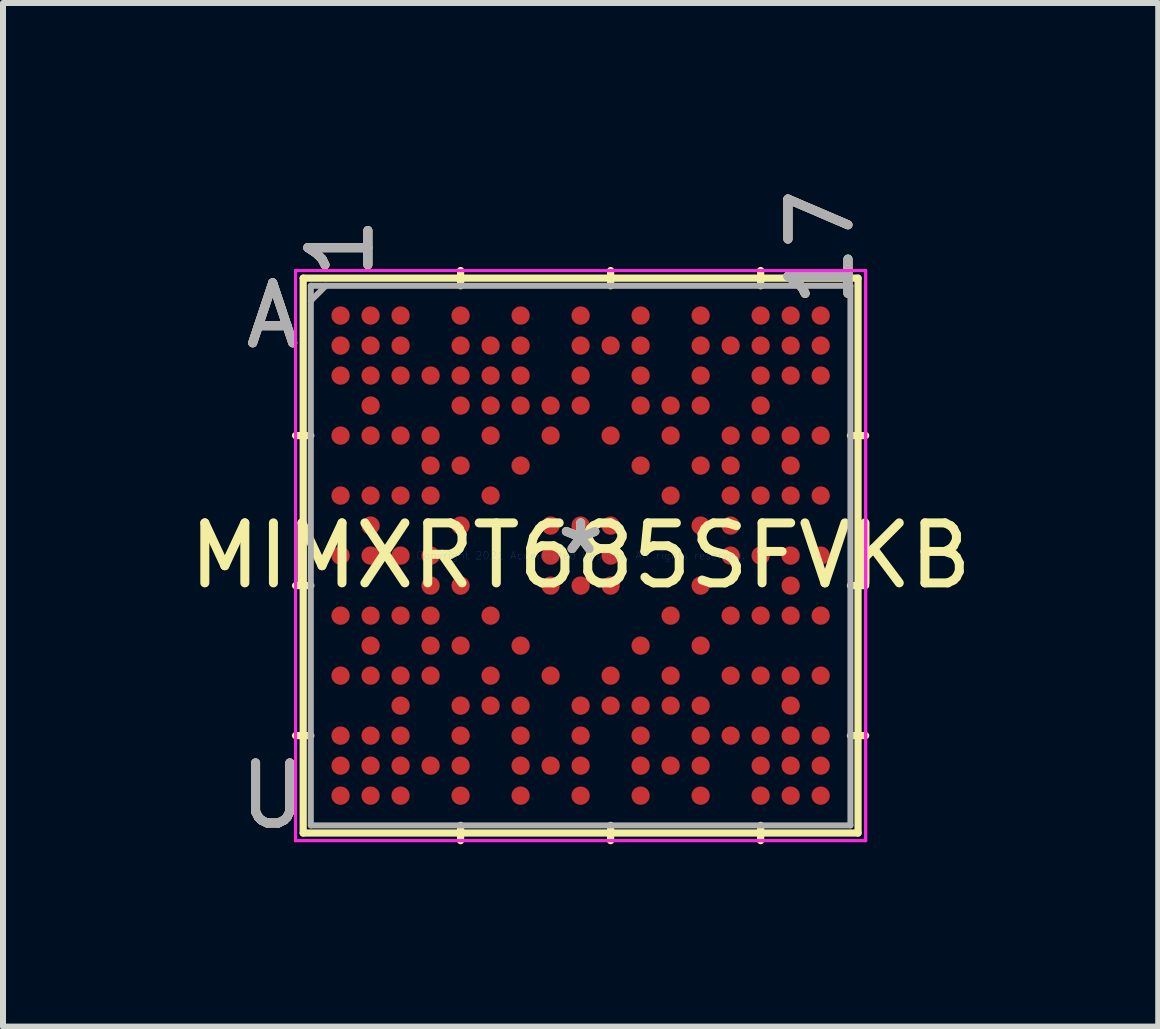
<source format=kicad_pcb>
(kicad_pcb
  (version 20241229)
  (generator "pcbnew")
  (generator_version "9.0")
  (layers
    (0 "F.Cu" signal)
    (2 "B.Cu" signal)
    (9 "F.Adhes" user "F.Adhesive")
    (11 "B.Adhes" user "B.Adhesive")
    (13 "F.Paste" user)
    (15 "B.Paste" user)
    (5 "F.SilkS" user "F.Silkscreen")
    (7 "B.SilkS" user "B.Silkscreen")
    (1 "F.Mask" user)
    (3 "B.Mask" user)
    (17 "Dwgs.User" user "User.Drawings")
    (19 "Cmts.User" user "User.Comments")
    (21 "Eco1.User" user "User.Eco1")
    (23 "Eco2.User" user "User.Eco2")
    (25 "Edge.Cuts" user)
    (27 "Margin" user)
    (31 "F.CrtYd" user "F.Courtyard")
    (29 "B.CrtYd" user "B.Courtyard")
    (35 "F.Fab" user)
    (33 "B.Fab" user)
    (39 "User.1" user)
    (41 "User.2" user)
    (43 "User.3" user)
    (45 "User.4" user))
  (footprint "MIMXRT685SFVKB"
    (layer "F.Cu")
    (at 6.625 6.208)
    (property "Reference" "MIMXRT685SFVKB" (at 0 0 0) (layer "F.SilkS") (effects (font (size 1 1) (thickness 0.15))))
    (attr smd)
    (fp_line (start -4.623 -4.623) (end -4.623 4.623) (stroke (width 0.12) (type solid)) (layer "F.SilkS"))
    (fp_line (start -4.623 4.623) (end 4.623 4.623) (stroke (width 0.12) (type solid)) (layer "F.SilkS"))
    (fp_line (start -4.496 -2) (end -4.75 -2) (stroke (width 0.12) (type solid)) (layer "F.SilkS"))
    (fp_line (start -4.496 0.5) (end -4.75 0.5) (stroke (width 0.12) (type solid)) (layer "F.SilkS"))
    (fp_line (start -4.496 3) (end -4.75 3) (stroke (width 0.12) (type solid)) (layer "F.SilkS"))
    (fp_line (start -2 -4.496) (end -2 -4.75) (stroke (width 0.12) (type solid)) (layer "F.SilkS"))
    (fp_line (start -2 4.496) (end -2 4.75) (stroke (width 0.12) (type solid)) (layer "F.SilkS"))
    (fp_line (start 0.5 -4.496) (end 0.5 -4.75) (stroke (width 0.12) (type solid)) (layer "F.SilkS"))
    (fp_line (start 0.5 4.496) (end 0.5 4.75) (stroke (width 0.12) (type solid)) (layer "F.SilkS"))
    (fp_line (start 3 -4.496) (end 3 -4.75) (stroke (width 0.12) (type solid)) (layer "F.SilkS"))
    (fp_line (start 3 4.496) (end 3 4.75) (stroke (width 0.12) (type solid)) (layer "F.SilkS"))
    (fp_line (start 4.496 -2) (end 4.75 -2) (stroke (width 0.12) (type solid)) (layer "F.SilkS"))
    (fp_line (start 4.496 0.5) (end 4.75 0.5) (stroke (width 0.12) (type solid)) (layer "F.SilkS"))
    (fp_line (start 4.496 3) (end 4.75 3) (stroke (width 0.12) (type solid)) (layer "F.SilkS"))
    (fp_line (start 4.623 -4.623) (end -4.623 -4.623) (stroke (width 0.12) (type solid)) (layer "F.SilkS"))
    (fp_line (start 4.623 4.623) (end 4.623 -4.623) (stroke (width 0.12) (type solid)) (layer "F.SilkS"))
    (fp_line (start -4.75 -4.75) (end 4.75 -4.75) (stroke (width 0.05) (type solid)) (layer "F.CrtYd"))
    (fp_line (start -4.75 -4.75) (end 4.75 -4.75) (stroke (width 0.05) (type solid)) (layer "F.CrtYd"))
    (fp_line (start -4.75 4.75) (end -4.75 -4.75) (stroke (width 0.05) (type solid)) (layer "F.CrtYd"))
    (fp_line (start -4.75 4.75) (end -4.75 -4.75) (stroke (width 0.05) (type solid)) (layer "F.CrtYd"))
    (fp_line (start 4.75 -4.75) (end 4.75 4.75) (stroke (width 0.05) (type solid)) (layer "F.CrtYd"))
    (fp_line (start 4.75 -4.75) (end 4.75 4.75) (stroke (width 0.05) (type solid)) (layer "F.CrtYd"))
    (fp_line (start 4.75 4.75) (end -4.75 4.75) (stroke (width 0.05) (type solid)) (layer "F.CrtYd"))
    (fp_line (start 4.75 4.75) (end -4.75 4.75) (stroke (width 0.05) (type solid)) (layer "F.CrtYd"))
    (fp_line (start -4.496 -4.496) (end -4.496 4.496) (stroke (width 0.1) (type solid)) (layer "F.Fab"))
    (fp_line (start -4.496 4.496) (end 4.496 4.496) (stroke (width 0.1) (type solid)) (layer "F.Fab"))
    (fp_line (start -4.246 -4.496) (end -4.496 -4.246) (stroke (width 0.1) (type solid)) (layer "F.Fab"))
    (fp_line (start 4.496 -4.496) (end -4.496 -4.496) (stroke (width 0.1) (type solid)) (layer "F.Fab"))
    (fp_line (start 4.496 4.496) (end 4.496 -4.496) (stroke (width 0.1) (type solid)) (layer "F.Fab"))
    (fp_text user "*" (at 0 0 0) (layer "F.SilkS") (effects (font (size 1 1) (thickness 0.15))))
    (fp_text user "1" (at -4 -5.131 90) (layer "F.SilkS") (effects (font (size 1 1) (thickness 0.15))))
    (fp_text user "A" (at -5.131 -4 0) (layer "F.SilkS") (effects (font (size 1 1) (thickness 0.15))))
    (fp_text user "17" (at 4 -5.131 90) (layer "F.SilkS") (effects (font (size 1 1) (thickness 0.15))))
    (fp_text user "U" (at -5.131 4 0) (layer "F.SilkS") (effects (font (size 1 1) (thickness 0.15))))
    (fp_text user "17" (at 4 -5.131 90) (layer "B.SilkS") (effects (font (size 1 1) (thickness 0.15))))
    (fp_text user "A" (at -5.131 -4 0) (layer "B.SilkS") (effects (font (size 1 1) (thickness 0.15))))
    (fp_text user "U" (at -5.131 4 0) (layer "B.SilkS") (effects (font (size 1 1) (thickness 0.15))))
    (fp_text user "1" (at -4 -5.131 90) (layer "B.SilkS") (effects (font (size 1 1) (thickness 0.15))))
    (fp_text user "Copyright 2021 Accelerated Designs. All rights reserved." (at 0 0 0) (layer "Cmts.User") (effects (font (size 0.127 0.127) (thickness 0.002))))
    (fp_text user "A" (at -5.131 -4 0) (layer "F.Fab") (effects (font (size 1 1) (thickness 0.15))))
    (fp_text user "*" (at 0 0 0) (layer "F.Fab") (effects (font (size 1 1) (thickness 0.15))))
    (fp_text user "1" (at -4 -5.131 90) (layer "F.Fab") (effects (font (size 1 1) (thickness 0.15))))
    (fp_text user "17" (at 4 -5.131 90) (layer "F.Fab") (effects (font (size 1 1) (thickness 0.15))))
    (fp_text user "U" (at -5.131 4 0) (layer "F.Fab") (effects (font (size 1 1) (thickness 0.15))))
    (pad "A1" smd circle (at -4 -4) (size 0.305 0.305) (property pad_prop_bga) (layers "F.Cu" "F.Mask" "F.Paste"))
    (pad "A2" smd circle (at -3.5 -4) (size 0.305 0.305) (layers "F.Cu" "F.Mask" "F.Paste"))
    (pad "A3" smd circle (at -3 -4) (size 0.305 0.305) (layers "F.Cu" "F.Mask" "F.Paste"))
    (pad "A5" smd circle (at -2 -4) (size 0.305 0.305) (layers "F.Cu" "F.Mask" "F.Paste"))
    (pad "A7" smd circle (at -1 -4) (size 0.305 0.305) (layers "F.Cu" "F.Mask" "F.Paste"))
    (pad "A9" smd circle (at 0 -4) (size 0.305 0.305) (property pad_prop_bga) (layers "F.Cu" "F.Mask" "F.Paste"))
    (pad "A11" smd circle (at 1 -4) (size 0.305 0.305) (layers "F.Cu" "F.Mask" "F.Paste"))
    (pad "A13" smd circle (at 2 -4) (size 0.305 0.305) (layers "F.Cu" "F.Mask" "F.Paste"))
    (pad "A15" smd circle (at 3 -4) (size 0.305 0.305) (property pad_prop_bga) (layers "F.Cu" "F.Mask" "F.Paste"))
    (pad "A16" smd circle (at 3.5 -4) (size 0.305 0.305) (layers "F.Cu" "F.Mask" "F.Paste"))
    (pad "A17" smd circle (at 4 -4) (size 0.305 0.305) (layers "F.Cu" "F.Mask" "F.Paste"))
    (pad "B1" smd circle (at -4 -3.5) (size 0.305 0.305) (layers "F.Cu" "F.Mask" "F.Paste"))
    (pad "B2" smd circle (at -3.5 -3.5) (size 0.305 0.305) (layers "F.Cu" "F.Mask" "F.Paste"))
    (pad "B3" smd circle (at -3 -3.5) (size 0.305 0.305) (layers "F.Cu" "F.Mask" "F.Paste"))
    (pad "B5" smd circle (at -2 -3.5) (size 0.305 0.305) (layers "F.Cu" "F.Mask" "F.Paste"))
    (pad "B6" smd circle (at -1.5 -3.5) (size 0.305 0.305) (layers "F.Cu" "F.Mask" "F.Paste"))
    (pad "B7" smd circle (at -1 -3.5) (size 0.305 0.305) (layers "F.Cu" "F.Mask" "F.Paste"))
    (pad "B9" smd circle (at 0 -3.5) (size 0.305 0.305) (layers "F.Cu" "F.Mask" "F.Paste"))
    (pad "B10" smd circle (at 0.5 -3.5) (size 0.305 0.305) (layers "F.Cu" "F.Mask" "F.Paste"))
    (pad "B11" smd circle (at 1 -3.5) (size 0.305 0.305) (layers "F.Cu" "F.Mask" "F.Paste"))
    (pad "B13" smd circle (at 2 -3.5) (size 0.305 0.305) (layers "F.Cu" "F.Mask" "F.Paste"))
    (pad "B14" smd circle (at 2.5 -3.5) (size 0.305 0.305) (layers "F.Cu" "F.Mask" "F.Paste"))
    (pad "B15" smd circle (at 3 -3.5) (size 0.305 0.305) (layers "F.Cu" "F.Mask" "F.Paste"))
    (pad "B16" smd circle (at 3.5 -3.5) (size 0.305 0.305) (layers "F.Cu" "F.Mask" "F.Paste"))
    (pad "B17" smd circle (at 4 -3.5) (size 0.305 0.305) (layers "F.Cu" "F.Mask" "F.Paste"))
    (pad "C1" smd circle (at -4 -3) (size 0.305 0.305) (layers "F.Cu" "F.Mask" "F.Paste"))
    (pad "C2" smd circle (at -3.5 -3) (size 0.305 0.305) (layers "F.Cu" "F.Mask" "F.Paste"))
    (pad "C3" smd circle (at -3 -3) (size 0.305 0.305) (layers "F.Cu" "F.Mask" "F.Paste"))
    (pad "C4" smd circle (at -2.5 -3) (size 0.305 0.305) (layers "F.Cu" "F.Mask" "F.Paste"))
    (pad "C5" smd circle (at -2 -3) (size 0.305 0.305) (layers "F.Cu" "F.Mask" "F.Paste"))
    (pad "C6" smd circle (at -1.5 -3) (size 0.305 0.305) (layers "F.Cu" "F.Mask" "F.Paste"))
    (pad "C7" smd circle (at -1 -3) (size 0.305 0.305) (layers "F.Cu" "F.Mask" "F.Paste"))
    (pad "C9" smd circle (at 0 -3) (size 0.305 0.305) (layers "F.Cu" "F.Mask" "F.Paste"))
    (pad "C11" smd circle (at 1 -3) (size 0.305 0.305) (layers "F.Cu" "F.Mask" "F.Paste"))
    (pad "C13" smd circle (at 2 -3) (size 0.305 0.305) (layers "F.Cu" "F.Mask" "F.Paste"))
    (pad "C15" smd circle (at 3 -3) (size 0.305 0.305) (layers "F.Cu" "F.Mask" "F.Paste"))
    (pad "C16" smd circle (at 3.5 -3) (size 0.305 0.305) (layers "F.Cu" "F.Mask" "F.Paste"))
    (pad "C17" smd circle (at 4 -3) (size 0.305 0.305) (layers "F.Cu" "F.Mask" "F.Paste"))
    (pad "D2" smd circle (at -3.5 -2.5) (size 0.305 0.305) (layers "F.Cu" "F.Mask" "F.Paste"))
    (pad "D5" smd circle (at -2 -2.5) (size 0.305 0.305) (layers "F.Cu" "F.Mask" "F.Paste"))
    (pad "D6" smd circle (at -1.5 -2.5) (size 0.305 0.305) (layers "F.Cu" "F.Mask" "F.Paste"))
    (pad "D7" smd circle (at -1 -2.5) (size 0.305 0.305) (layers "F.Cu" "F.Mask" "F.Paste"))
    (pad "D8" smd circle (at -0.5 -2.5) (size 0.305 0.305) (layers "F.Cu" "F.Mask" "F.Paste"))
    (pad "D9" smd circle (at 0 -2.5) (size 0.305 0.305) (layers "F.Cu" "F.Mask" "F.Paste"))
    (pad "D11" smd circle (at 1 -2.5) (size 0.305 0.305) (layers "F.Cu" "F.Mask" "F.Paste"))
    (pad "D12" smd circle (at 1.5 -2.5) (size 0.305 0.305) (layers "F.Cu" "F.Mask" "F.Paste"))
    (pad "D13" smd circle (at 2 -2.5) (size 0.305 0.305) (layers "F.Cu" "F.Mask" "F.Paste"))
    (pad "D15" smd circle (at 3 -2.5) (size 0.305 0.305) (layers "F.Cu" "F.Mask" "F.Paste"))
    (pad "E1" smd circle (at -4 -2) (size 0.305 0.305) (layers "F.Cu" "F.Mask" "F.Paste"))
    (pad "E2" smd circle (at -3.5 -2) (size 0.305 0.305) (layers "F.Cu" "F.Mask" "F.Paste"))
    (pad "E3" smd circle (at -3 -2) (size 0.305 0.305) (layers "F.Cu" "F.Mask" "F.Paste"))
    (pad "E4" smd circle (at -2.5 -2) (size 0.305 0.305) (layers "F.Cu" "F.Mask" "F.Paste"))
    (pad "E6" smd circle (at -1.5 -2) (size 0.305 0.305) (layers "F.Cu" "F.Mask" "F.Paste"))
    (pad "E8" smd circle (at -0.5 -2) (size 0.305 0.305) (layers "F.Cu" "F.Mask" "F.Paste"))
    (pad "E10" smd circle (at 0.5 -2) (size 0.305 0.305) (layers "F.Cu" "F.Mask" "F.Paste"))
    (pad "E12" smd circle (at 1.5 -2) (size 0.305 0.305) (layers "F.Cu" "F.Mask" "F.Paste"))
    (pad "E14" smd circle (at 2.5 -2) (size 0.305 0.305) (layers "F.Cu" "F.Mask" "F.Paste"))
    (pad "E15" smd circle (at 3 -2) (size 0.305 0.305) (layers "F.Cu" "F.Mask" "F.Paste"))
    (pad "E16" smd circle (at 3.5 -2) (size 0.305 0.305) (layers "F.Cu" "F.Mask" "F.Paste"))
    (pad "E17" smd circle (at 4 -2) (size 0.305 0.305) (layers "F.Cu" "F.Mask" "F.Paste"))
    (pad "F4" smd circle (at -2.5 -1.5) (size 0.305 0.305) (layers "F.Cu" "F.Mask" "F.Paste"))
    (pad "F5" smd circle (at -2 -1.5) (size 0.305 0.305) (layers "F.Cu" "F.Mask" "F.Paste"))
    (pad "F7" smd circle (at -1 -1.5) (size 0.305 0.305) (layers "F.Cu" "F.Mask" "F.Paste"))
    (pad "F11" smd circle (at 1 -1.5) (size 0.305 0.305) (layers "F.Cu" "F.Mask" "F.Paste"))
    (pad "F13" smd circle (at 2 -1.5) (size 0.305 0.305) (layers "F.Cu" "F.Mask" "F.Paste"))
    (pad "F14" smd circle (at 2.5 -1.5) (size 0.305 0.305) (layers "F.Cu" "F.Mask" "F.Paste"))
    (pad "F16" smd circle (at 3.5 -1.5) (size 0.305 0.305) (layers "F.Cu" "F.Mask" "F.Paste"))
    (pad "G1" smd circle (at -4 -1) (size 0.305 0.305) (layers "F.Cu" "F.Mask" "F.Paste"))
    (pad "G2" smd circle (at -3.5 -1) (size 0.305 0.305) (layers "F.Cu" "F.Mask" "F.Paste"))
    (pad "G3" smd circle (at -3 -1) (size 0.305 0.305) (layers "F.Cu" "F.Mask" "F.Paste"))
    (pad "G4" smd circle (at -2.5 -1) (size 0.305 0.305) (layers "F.Cu" "F.Mask" "F.Paste"))
    (pad "G6" smd circle (at -1.5 -1) (size 0.305 0.305) (layers "F.Cu" "F.Mask" "F.Paste"))
    (pad "G12" smd circle (at 1.5 -1) (size 0.305 0.305) (layers "F.Cu" "F.Mask" "F.Paste"))
    (pad "G14" smd circle (at 2.5 -1) (size 0.305 0.305) (layers "F.Cu" "F.Mask" "F.Paste"))
    (pad "G15" smd circle (at 3 -1) (size 0.305 0.305) (layers "F.Cu" "F.Mask" "F.Paste"))
    (pad "G16" smd circle (at 3.5 -1) (size 0.305 0.305) (layers "F.Cu" "F.Mask" "F.Paste"))
    (pad "G17" smd circle (at 4 -1) (size 0.305 0.305) (layers "F.Cu" "F.Mask" "F.Paste"))
    (pad "H2" smd circle (at -3.5 -0.5) (size 0.305 0.305) (layers "F.Cu" "F.Mask" "F.Paste"))
    (pad "H5" smd circle (at -2 -0.5) (size 0.305 0.305) (layers "F.Cu" "F.Mask" "F.Paste"))
    (pad "H8" smd circle (at -0.5 -0.5) (size 0.305 0.305) (layers "F.Cu" "F.Mask" "F.Paste"))
    (pad "H9" smd circle (at 0 -0.5) (size 0.305 0.305) (layers "F.Cu" "F.Mask" "F.Paste"))
    (pad "H10" smd circle (at 0.5 -0.5) (size 0.305 0.305) (layers "F.Cu" "F.Mask" "F.Paste"))
    (pad "H13" smd circle (at 2 -0.5) (size 0.305 0.305) (layers "F.Cu" "F.Mask" "F.Paste"))
    (pad "H14" smd circle (at 2.5 -0.5) (size 0.305 0.305) (layers "F.Cu" "F.Mask" "F.Paste"))
    (pad "J1" smd circle (at -4 0) (size 0.305 0.305) (layers "F.Cu" "F.Mask" "F.Paste"))
    (pad "J2" smd circle (at -3.5 0) (size 0.305 0.305) (layers "F.Cu" "F.Mask" "F.Paste"))
    (pad "J3" smd circle (at -3 0) (size 0.305 0.305) (layers "F.Cu" "F.Mask" "F.Paste"))
    (pad "J4" smd circle (at -2.5 0) (size 0.305 0.305) (layers "F.Cu" "F.Mask" "F.Paste"))
    (pad "J8" smd circle (at -0.5 0) (size 0.305 0.305) (layers "F.Cu" "F.Mask" "F.Paste"))
    (pad "J10" smd circle (at 0.5 0) (size 0.305 0.305) (layers "F.Cu" "F.Mask" "F.Paste"))
    (pad "J14" smd circle (at 2.5 0) (size 0.305 0.305) (layers "F.Cu" "F.Mask" "F.Paste"))
    (pad "J15" smd circle (at 3 0) (size 0.305 0.305) (layers "F.Cu" "F.Mask" "F.Paste"))
    (pad "J16" smd circle (at 3.5 0) (size 0.305 0.305) (layers "F.Cu" "F.Mask" "F.Paste"))
    (pad "J17" smd circle (at 4 0) (size 0.305 0.305) (layers "F.Cu" "F.Mask" "F.Paste"))
    (pad "K4" smd circle (at -2.5 0.5) (size 0.305 0.305) (layers "F.Cu" "F.Mask" "F.Paste"))
    (pad "K5" smd circle (at -2 0.5) (size 0.305 0.305) (layers "F.Cu" "F.Mask" "F.Paste"))
    (pad "K8" smd circle (at -0.5 0.5) (size 0.305 0.305) (layers "F.Cu" "F.Mask" "F.Paste"))
    (pad "K9" smd circle (at 0 0.5) (size 0.305 0.305) (layers "F.Cu" "F.Mask" "F.Paste"))
    (pad "K10" smd circle (at 0.5 0.5) (size 0.305 0.305) (layers "F.Cu" "F.Mask" "F.Paste"))
    (pad "K13" smd circle (at 2 0.5) (size 0.305 0.305) (layers "F.Cu" "F.Mask" "F.Paste"))
    (pad "K16" smd circle (at 3.5 0.5) (size 0.305 0.305) (layers "F.Cu" "F.Mask" "F.Paste"))
    (pad "L1" smd circle (at -4 1) (size 0.305 0.305) (layers "F.Cu" "F.Mask" "F.Paste"))
    (pad "L2" smd circle (at -3.5 1) (size 0.305 0.305) (layers "F.Cu" "F.Mask" "F.Paste"))
    (pad "L3" smd circle (at -3 1) (size 0.305 0.305) (layers "F.Cu" "F.Mask" "F.Paste"))
    (pad "L4" smd circle (at -2.5 1) (size 0.305 0.305) (layers "F.Cu" "F.Mask" "F.Paste"))
    (pad "L6" smd circle (at -1.5 1) (size 0.305 0.305) (layers "F.Cu" "F.Mask" "F.Paste"))
    (pad "L12" smd circle (at 1.5 1) (size 0.305 0.305) (layers "F.Cu" "F.Mask" "F.Paste"))
    (pad "L14" smd circle (at 2.5 1) (size 0.305 0.305) (layers "F.Cu" "F.Mask" "F.Paste"))
    (pad "L15" smd circle (at 3 1) (size 0.305 0.305) (layers "F.Cu" "F.Mask" "F.Paste"))
    (pad "L16" smd circle (at 3.5 1) (size 0.305 0.305) (layers "F.Cu" "F.Mask" "F.Paste"))
    (pad "L17" smd circle (at 4 1) (size 0.305 0.305) (layers "F.Cu" "F.Mask" "F.Paste"))
    (pad "M2" smd circle (at -3.5 1.5) (size 0.305 0.305) (layers "F.Cu" "F.Mask" "F.Paste"))
    (pad "M4" smd circle (at -2.5 1.5) (size 0.305 0.305) (layers "F.Cu" "F.Mask" "F.Paste"))
    (pad "M5" smd circle (at -2 1.5) (size 0.305 0.305) (layers "F.Cu" "F.Mask" "F.Paste"))
    (pad "M7" smd circle (at -1 1.5) (size 0.305 0.305) (layers "F.Cu" "F.Mask" "F.Paste"))
    (pad "M11" smd circle (at 1 1.5) (size 0.305 0.305) (layers "F.Cu" "F.Mask" "F.Paste"))
    (pad "M13" smd circle (at 2 1.5) (size 0.305 0.305) (layers "F.Cu" "F.Mask" "F.Paste"))
    (pad "N1" smd circle (at -4 2) (size 0.305 0.305) (layers "F.Cu" "F.Mask" "F.Paste"))
    (pad "N2" smd circle (at -3.5 2) (size 0.305 0.305) (layers "F.Cu" "F.Mask" "F.Paste"))
    (pad "N3" smd circle (at -3 2) (size 0.305 0.305) (layers "F.Cu" "F.Mask" "F.Paste"))
    (pad "N4" smd circle (at -2.5 2) (size 0.305 0.305) (layers "F.Cu" "F.Mask" "F.Paste"))
    (pad "N6" smd circle (at -1.5 2) (size 0.305 0.305) (layers "F.Cu" "F.Mask" "F.Paste"))
    (pad "N8" smd circle (at -0.5 2) (size 0.305 0.305) (layers "F.Cu" "F.Mask" "F.Paste"))
    (pad "N10" smd circle (at 0.5 2) (size 0.305 0.305) (layers "F.Cu" "F.Mask" "F.Paste"))
    (pad "N12" smd circle (at 1.5 2) (size 0.305 0.305) (layers "F.Cu" "F.Mask" "F.Paste"))
    (pad "N14" smd circle (at 2.5 2) (size 0.305 0.305) (layers "F.Cu" "F.Mask" "F.Paste"))
    (pad "N15" smd circle (at 3 2) (size 0.305 0.305) (layers "F.Cu" "F.Mask" "F.Paste"))
    (pad "N16" smd circle (at 3.5 2) (size 0.305 0.305) (layers "F.Cu" "F.Mask" "F.Paste"))
    (pad "N17" smd circle (at 4 2) (size 0.305 0.305) (layers "F.Cu" "F.Mask" "F.Paste"))
    (pad "P3" smd circle (at -3 2.5) (size 0.305 0.305) (layers "F.Cu" "F.Mask" "F.Paste"))
    (pad "P5" smd circle (at -2 2.5) (size 0.305 0.305) (layers "F.Cu" "F.Mask" "F.Paste"))
    (pad "P6" smd circle (at -1.5 2.5) (size 0.305 0.305) (layers "F.Cu" "F.Mask" "F.Paste"))
    (pad "P7" smd circle (at -1 2.5) (size 0.305 0.305) (layers "F.Cu" "F.Mask" "F.Paste"))
    (pad "P9" smd circle (at 0 2.5) (size 0.305 0.305) (layers "F.Cu" "F.Mask" "F.Paste"))
    (pad "P10" smd circle (at 0.5 2.5) (size 0.305 0.305) (layers "F.Cu" "F.Mask" "F.Paste"))
    (pad "P11" smd circle (at 1 2.5) (size 0.305 0.305) (layers "F.Cu" "F.Mask" "F.Paste"))
    (pad "P12" smd circle (at 1.5 2.5) (size 0.305 0.305) (layers "F.Cu" "F.Mask" "F.Paste"))
    (pad "P13" smd circle (at 2 2.5) (size 0.305 0.305) (layers "F.Cu" "F.Mask" "F.Paste"))
    (pad "P16" smd circle (at 3.5 2.5) (size 0.305 0.305) (layers "F.Cu" "F.Mask" "F.Paste"))
    (pad "R1" smd circle (at -4 3) (size 0.305 0.305) (layers "F.Cu" "F.Mask" "F.Paste"))
    (pad "R2" smd circle (at -3.5 3) (size 0.305 0.305) (layers "F.Cu" "F.Mask" "F.Paste"))
    (pad "R3" smd circle (at -3 3) (size 0.305 0.305) (layers "F.Cu" "F.Mask" "F.Paste"))
    (pad "R5" smd circle (at -2 3) (size 0.305 0.305) (layers "F.Cu" "F.Mask" "F.Paste"))
    (pad "R7" smd circle (at -1 3) (size 0.305 0.305) (layers "F.Cu" "F.Mask" "F.Paste"))
    (pad "R9" smd circle (at 0 3) (size 0.305 0.305) (layers "F.Cu" "F.Mask" "F.Paste"))
    (pad "R11" smd circle (at 1 3) (size 0.305 0.305) (layers "F.Cu" "F.Mask" "F.Paste"))
    (pad "R13" smd circle (at 2 3) (size 0.305 0.305) (layers "F.Cu" "F.Mask" "F.Paste"))
    (pad "R14" smd circle (at 2.5 3) (size 0.305 0.305) (layers "F.Cu" "F.Mask" "F.Paste"))
    (pad "R15" smd circle (at 3 3) (size 0.305 0.305) (layers "F.Cu" "F.Mask" "F.Paste"))
    (pad "R16" smd circle (at 3.5 3) (size 0.305 0.305) (layers "F.Cu" "F.Mask" "F.Paste"))
    (pad "R17" smd circle (at 4 3) (size 0.305 0.305) (layers "F.Cu" "F.Mask" "F.Paste"))
    (pad "T1" smd circle (at -4 3.5) (size 0.305 0.305) (layers "F.Cu" "F.Mask" "F.Paste"))
    (pad "T2" smd circle (at -3.5 3.5) (size 0.305 0.305) (layers "F.Cu" "F.Mask" "F.Paste"))
    (pad "T3" smd circle (at -3 3.5) (size 0.305 0.305) (layers "F.Cu" "F.Mask" "F.Paste"))
    (pad "T4" smd circle (at -2.5 3.5) (size 0.305 0.305) (layers "F.Cu" "F.Mask" "F.Paste"))
    (pad "T5" smd circle (at -2 3.5) (size 0.305 0.305) (layers "F.Cu" "F.Mask" "F.Paste"))
    (pad "T7" smd circle (at -1 3.5) (size 0.305 0.305) (layers "F.Cu" "F.Mask" "F.Paste"))
    (pad "T8" smd circle (at -0.5 3.5) (size 0.305 0.305) (layers "F.Cu" "F.Mask" "F.Paste"))
    (pad "T9" smd circle (at 0 3.5) (size 0.305 0.305) (layers "F.Cu" "F.Mask" "F.Paste"))
    (pad "T11" smd circle (at 1 3.5) (size 0.305 0.305) (layers "F.Cu" "F.Mask" "F.Paste"))
    (pad "T12" smd circle (at 1.5 3.5) (size 0.305 0.305) (layers "F.Cu" "F.Mask" "F.Paste"))
    (pad "T13" smd circle (at 2 3.5) (size 0.305 0.305) (layers "F.Cu" "F.Mask" "F.Paste"))
    (pad "T15" smd circle (at 3 3.5) (size 0.305 0.305) (layers "F.Cu" "F.Mask" "F.Paste"))
    (pad "T16" smd circle (at 3.5 3.5) (size 0.305 0.305) (layers "F.Cu" "F.Mask" "F.Paste"))
    (pad "T17" smd circle (at 4 3.5) (size 0.305 0.305) (layers "F.Cu" "F.Mask" "F.Paste"))
    (pad "U1" smd circle (at -4 4) (size 0.305 0.305) (layers "F.Cu" "F.Mask" "F.Paste"))
    (pad "U2" smd circle (at -3.5 4) (size 0.305 0.305) (layers "F.Cu" "F.Mask" "F.Paste"))
    (pad "U3" smd circle (at -3 4) (size 0.305 0.305) (layers "F.Cu" "F.Mask" "F.Paste"))
    (pad "U5" smd circle (at -2 4) (size 0.305 0.305) (layers "F.Cu" "F.Mask" "F.Paste"))
    (pad "U7" smd circle (at -1 4) (size 0.305 0.305) (layers "F.Cu" "F.Mask" "F.Paste"))
    (pad "U9" smd circle (at 0 4) (size 0.305 0.305) (layers "F.Cu" "F.Mask" "F.Paste"))
    (pad "U11" smd circle (at 1 4) (size 0.305 0.305) (layers "F.Cu" "F.Mask" "F.Paste"))
    (pad "U13" smd circle (at 2 4) (size 0.305 0.305) (layers "F.Cu" "F.Mask" "F.Paste"))
    (pad "U15" smd circle (at 3 4) (size 0.305 0.305) (layers "F.Cu" "F.Mask" "F.Paste"))
    (pad "U16" smd circle (at 3.5 4) (size 0.305 0.305) (layers "F.Cu" "F.Mask" "F.Paste"))
    (pad "U17" smd circle (at 4 4) (size 0.305 0.305) (layers "F.Cu" "F.Mask" "F.Paste")))
  (gr_rect
    (start -3 -3)
    (end 16.25 14.056)
    (stroke (width 0.1) (type default))
    (fill no)
    (layer "Edge.Cuts")))
</source>
